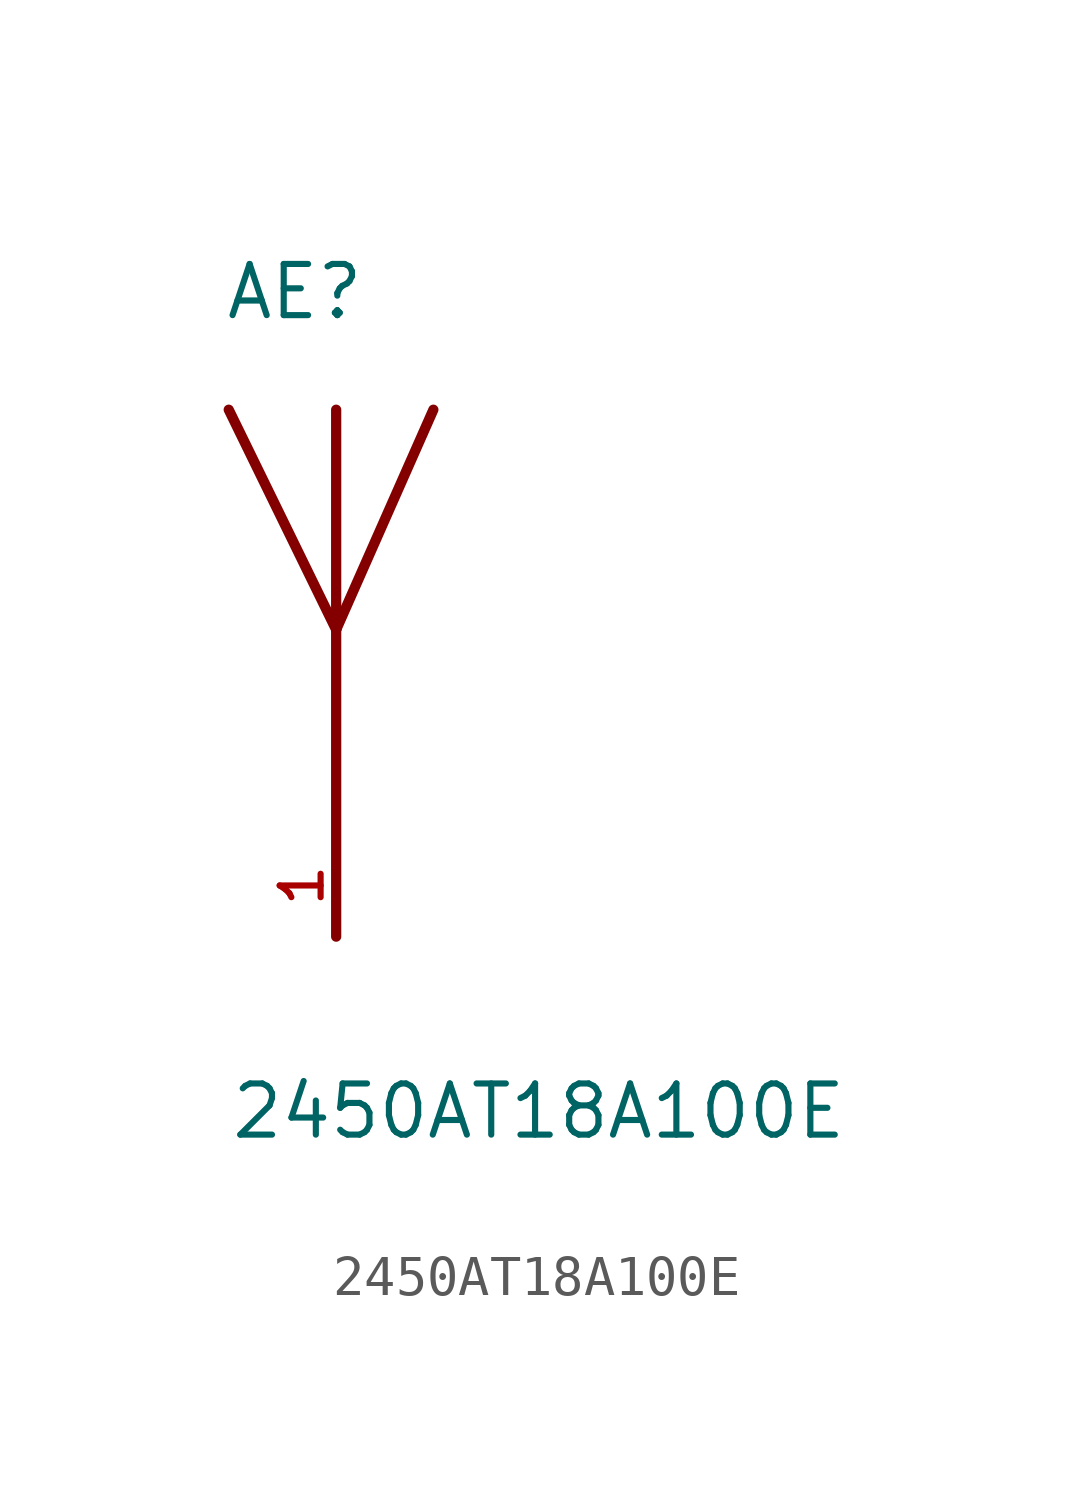
<source format=kicad_sym>
(kicad_symbol_lib
  (version 20211014)
  (generator kicad_symbol_editor)
  (symbol "2450AT18A100E"
    (pin_names
      (offset 1.016))
    (property "Reference" "AE"
      (at -2.793 10.186 0)
      (effects (font (size 1.27 1.27)) (justify bottom left)))
    (property "Value" "2450AT18A100E"
      (at -2.661 -10.158 0)
      (effects (font (size 1.27 1.27)) (justify bottom left)))
    (symbol "2450AT18A100E_0_0"
      (polyline (pts (xy 2.413 8.001) (xy 0.0 2.54)) (stroke (width 0.254)))
      (polyline (pts (xy 0.0 2.54) (xy -2.667 8.001)) (stroke (width 0.254)))
      (polyline (pts (xy 0.0 8.001) (xy 0.0 2.54)) (stroke (width 0.254)))
      (polyline (pts (xy 0.0 2.54) (xy 0.0 -5.08)) (stroke (width 0.254)))
      (pin input line (at 0.0 -5.08 90.0) (length 2.54) (name "~" (effects (font (size 1.016 1.016)))) (number "1" (effects (font (size 1.016 1.016))))))))
</source>
